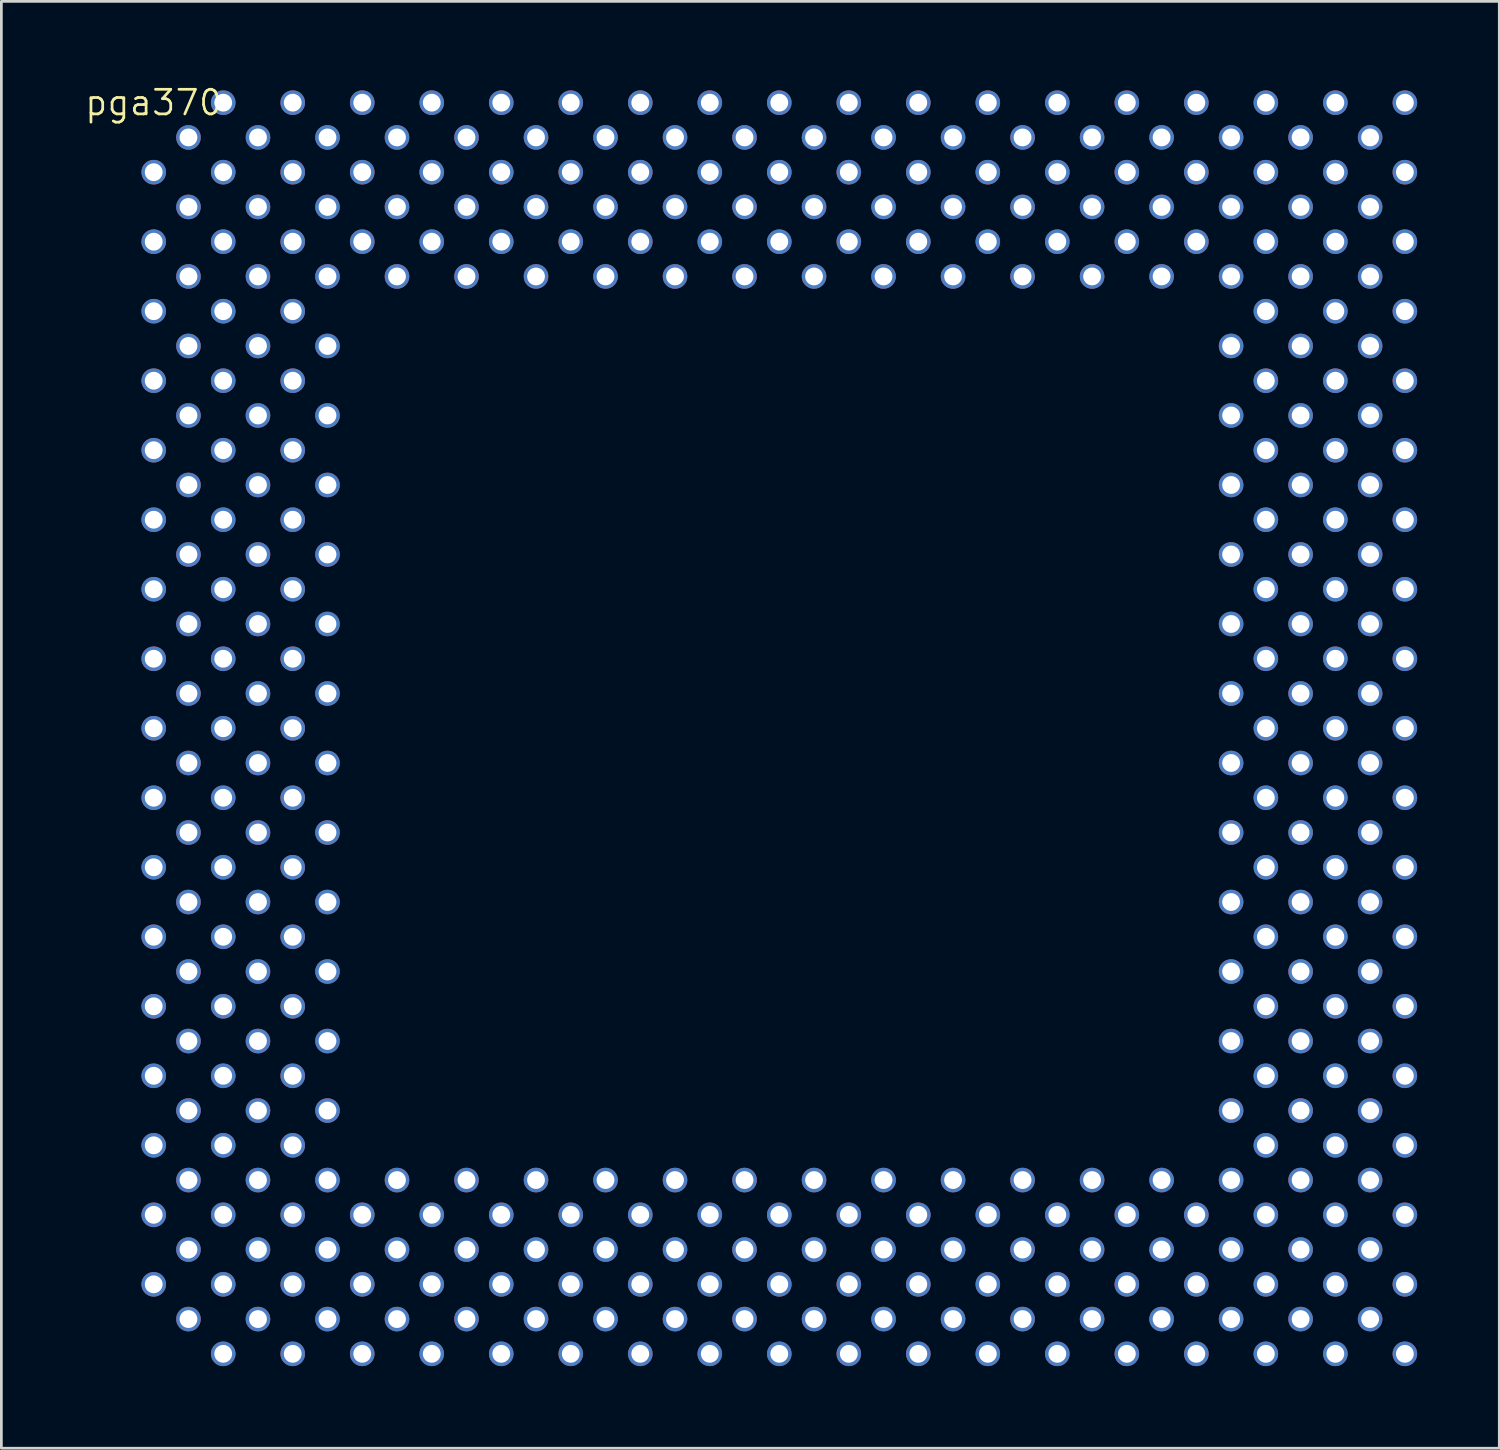
<source format=kicad_pcb>
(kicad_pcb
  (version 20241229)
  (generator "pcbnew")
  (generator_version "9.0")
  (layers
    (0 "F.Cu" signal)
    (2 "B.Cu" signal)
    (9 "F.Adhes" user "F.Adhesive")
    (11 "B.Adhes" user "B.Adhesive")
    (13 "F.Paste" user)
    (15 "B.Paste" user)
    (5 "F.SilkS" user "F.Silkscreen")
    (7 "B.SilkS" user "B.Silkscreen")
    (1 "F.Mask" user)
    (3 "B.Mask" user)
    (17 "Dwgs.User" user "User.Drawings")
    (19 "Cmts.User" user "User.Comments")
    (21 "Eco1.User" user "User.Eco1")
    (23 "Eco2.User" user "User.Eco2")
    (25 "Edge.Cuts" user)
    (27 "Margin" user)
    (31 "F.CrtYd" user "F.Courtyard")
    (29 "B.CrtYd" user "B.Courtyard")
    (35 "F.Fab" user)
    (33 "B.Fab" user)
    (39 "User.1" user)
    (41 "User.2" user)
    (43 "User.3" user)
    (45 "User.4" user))
  (footprint "pga370"
    (layer "F.Cu")
    (at 2.567 0.702)
    (property "Reference" "pga370" (at 0 0 0) (unlocked yes) (layer "F.SilkS") (effects (font (size 0.9 0.9) (thickness 0.1))))
    (attr through_hole)
    (pad "A3" thru_hole circle (at 8.89 3.81) (size 0.9 0.9) (drill 0.65) (layers "*.Cu" "*.Mask"))
    (pad "A4" thru_hole circle (at 13.97 6.35) (size 0.9 0.9) (drill 0.65) (layers "*.Cu" "*.Mask"))
    (pad "A5" thru_hole circle (at 8.89 6.35) (size 0.9 0.9) (drill 0.65) (layers "*.Cu" "*.Mask"))
    (pad "A6" thru_hole circle (at 10.16 0) (size 0.9 0.9) (drill 0.65) (layers "*.Cu" "*.Mask"))
    (pad "A7" thru_hole circle (at 17.78 2.54) (size 0.9 0.9) (drill 0.65) (layers "*.Cu" "*.Mask"))
    (pad "A8" thru_hole circle (at 11.43 6.35) (size 0.9 0.9) (drill 0.65) (layers "*.Cu" "*.Mask"))
    (pad "A9" thru_hole circle (at 10.16 2.54) (size 0.9 0.9) (drill 0.65) (layers "*.Cu" "*.Mask"))
    (pad "A10" thru_hole circle (at 6.35 6.35) (size 0.9 0.9) (drill 0.65) (layers "*.Cu" "*.Mask"))
    (pad "A11" thru_hole circle (at 11.43 3.81) (size 0.9 0.9) (drill 0.65) (layers "*.Cu" "*.Mask"))
    (pad "A12" thru_hole circle (at 5.08 0) (size 0.9 0.9) (drill 0.65) (layers "*.Cu" "*.Mask"))
    (pad "A13" thru_hole circle (at 7.62 2.54) (size 0.9 0.9) (drill 0.65) (layers "*.Cu" "*.Mask"))
    (pad "A14" thru_hole circle (at 16.51 3.81) (size 0.9 0.9) (drill 0.65) (layers "*.Cu" "*.Mask"))
    (pad "A15" thru_hole circle (at 5.08 2.54) (size 0.9 0.9) (drill 0.65) (layers "*.Cu" "*.Mask"))
    (pad "A16" thru_hole circle (at 7.62 0) (size 0.9 0.9) (drill 0.65) (layers "*.Cu" "*.Mask"))
    (pad "A17" thru_hole circle (at 0 10.16) (size 0.9 0.9) (drill 0.65) (layers "*.Cu" "*.Mask"))
    (pad "A18" thru_hole circle (at 6.35 16.51) (size 0.9 0.9) (drill 0.65) (layers "*.Cu" "*.Mask"))
    (pad "A19" thru_hole circle (at 2.54 7.62) (size 0.9 0.9) (drill 0.65) (layers "*.Cu" "*.Mask"))
    (pad "A20" thru_hole circle (at 2.54 12.7) (size 0.9 0.9) (drill 0.65) (layers "*.Cu" "*.Mask"))
    (pad "A20M" thru_hole circle (at 40.64 10.16) (size 0.9 0.9) (drill 0.65) (layers "*.Cu" "*.Mask"))
    (pad "A21" thru_hole circle (at 0 5.08) (size 0.9 0.9) (drill 0.65) (layers "*.Cu" "*.Mask"))
    (pad "A22" thru_hole circle (at 2.54 10.16) (size 0.9 0.9) (drill 0.65) (layers "*.Cu" "*.Mask"))
    (pad "A23" thru_hole circle (at 6.35 13.97) (size 0.9 0.9) (drill 0.65) (layers "*.Cu" "*.Mask"))
    (pad "A24" thru_hole circle (at 3.81 13.97) (size 0.9 0.9) (drill 0.65) (layers "*.Cu" "*.Mask"))
    (pad "A25" thru_hole circle (at 6.35 8.89) (size 0.9 0.9) (drill 0.65) (layers "*.Cu" "*.Mask"))
    (pad "A26" thru_hole circle (at 2.54 17.78) (size 0.9 0.9) (drill 0.65) (layers "*.Cu" "*.Mask"))
    (pad "A27" thru_hole circle (at 0 15.24) (size 0.9 0.9) (drill 0.65) (layers "*.Cu" "*.Mask"))
    (pad "A28" thru_hole circle (at 6.35 3.81) (size 0.9 0.9) (drill 0.65) (layers "*.Cu" "*.Mask"))
    (pad "A29" thru_hole circle (at 3.81 16.51) (size 0.9 0.9) (drill 0.65) (layers "*.Cu" "*.Mask"))
    (pad "A30" thru_hole circle (at 2.54 15.24) (size 0.9 0.9) (drill 0.65) (layers "*.Cu" "*.Mask"))
    (pad "A31" thru_hole circle (at 3.81 11.43) (size 0.9 0.9) (drill 0.65) (layers "*.Cu" "*.Mask"))
    (pad "A32" thru_hole circle (at 6.35 19.05) (size 0.9 0.9) (drill 0.65) (layers "*.Cu" "*.Mask"))
    (pad "A33" thru_hole circle (at 0 12.7) (size 0.9 0.9) (drill 0.65) (layers "*.Cu" "*.Mask"))
    (pad "A34" thru_hole circle (at 2.54 20.32) (size 0.9 0.9) (drill 0.65) (layers "*.Cu" "*.Mask"))
    (pad "A35" thru_hole circle (at 3.81 8.89) (size 0.9 0.9) (drill 0.65) (layers "*.Cu" "*.Mask"))
    (pad "ADS" thru_hole circle (at 38.1 0) (size 0.9 0.9) (drill 0.65) (layers "*.Cu" "*.Mask"))
    (pad "AERR" thru_hole circle (at 29.21 3.81) (size 0.9 0.9) (drill 0.65) (layers "*.Cu" "*.Mask"))
    (pad "AP0" thru_hole circle (at 12.7 2.54) (size 0.9 0.9) (drill 0.65) (layers "*.Cu" "*.Mask"))
    (pad "AP1" thru_hole circle (at 15.24 0) (size 0.9 0.9) (drill 0.65) (layers "*.Cu" "*.Mask"))
    (pad "BCLK" thru_hole circle (at 45.72 20.32) (size 0.9 0.9) (drill 0.65) (layers "*.Cu" "*.Mask"))
    (pad "BERR" thru_hole circle (at 3.81 21.59) (size 0.9 0.9) (drill 0.65) (layers "*.Cu" "*.Mask"))
    (pad "BINIT" thru_hole circle (at 44.45 44.45) (size 0.9 0.9) (drill 0.65) (layers "*.Cu" "*.Mask"))
    (pad "BNR" thru_hole circle (at 16.51 6.35) (size 0.9 0.9) (drill 0.65) (layers "*.Cu" "*.Mask"))
    (pad "BP2" thru_hole circle (at 40.64 38.1) (size 0.9 0.9) (drill 0.65) (layers "*.Cu" "*.Mask"))
    (pad "BP3" thru_hole circle (at 45.72 40.64) (size 0.9 0.9) (drill 0.65) (layers "*.Cu" "*.Mask"))
    (pad "BPM0" thru_hole circle (at 43.18 43.18) (size 0.9 0.9) (drill 0.65) (layers "*.Cu" "*.Mask"))
    (pad "BPM1" thru_hole circle (at 43.18 40.64) (size 0.9 0.9) (drill 0.65) (layers "*.Cu" "*.Mask"))
    (pad "BPRI" thru_hole circle (at 20.32 0) (size 0.9 0.9) (drill 0.65) (layers "*.Cu" "*.Mask"))
    (pad "BR0" thru_hole circle (at 35.56 0) (size 0.9 0.9) (drill 0.65) (layers "*.Cu" "*.Mask"))
    (pad "BR1" thru_hole circle (at 1.27 19.05) (size 0.9 0.9) (drill 0.65) (layers "*.Cu" "*.Mask"))
    (pad "BSEL0" thru_hole circle (at 40.64 5.08) (size 0.9 0.9) (drill 0.65) (layers "*.Cu" "*.Mask"))
    (pad "BSEL1" thru_hole circle (at 38.1 5.08) (size 0.9 0.9) (drill 0.65) (layers "*.Cu" "*.Mask"))
    (pad "CLKREF" thru_hole circle (at 40.64 17.78) (size 0.9 0.9) (drill 0.65) (layers "*.Cu" "*.Mask"))
    (pad "CPUPRES" thru_hole circle (at 45.72 43.18) (size 0.9 0.9) (drill 0.65) (layers "*.Cu" "*.Mask"))
    (pad "D0" thru_hole circle (at 0 20.32) (size 0.9 0.9) (drill 0.65) (layers "*.Cu" "*.Mask"))
    (pad "D1" thru_hole circle (at 3.81 24.13) (size 0.9 0.9) (drill 0.65) (layers "*.Cu" "*.Mask"))
    (pad "D2" thru_hole circle (at 0 30.48) (size 0.9 0.9) (drill 0.65) (layers "*.Cu" "*.Mask"))
    (pad "D3" thru_hole circle (at 6.35 31.75) (size 0.9 0.9) (drill 0.65) (layers "*.Cu" "*.Mask"))
    (pad "D4" thru_hole circle (at 0 22.86) (size 0.9 0.9) (drill 0.65) (layers "*.Cu" "*.Mask"))
    (pad "D5" thru_hole circle (at 2.54 25.4) (size 0.9 0.9) (drill 0.65) (layers "*.Cu" "*.Mask"))
    (pad "D6" thru_hole circle (at 6.35 24.13) (size 0.9 0.9) (drill 0.65) (layers "*.Cu" "*.Mask"))
    (pad "D7" thru_hole circle (at 0 35.56) (size 0.9 0.9) (drill 0.65) (layers "*.Cu" "*.Mask"))
    (pad "D8" thru_hole circle (at 0 25.4) (size 0.9 0.9) (drill 0.65) (layers "*.Cu" "*.Mask"))
    (pad "D9" thru_hole circle (at 6.35 29.21) (size 0.9 0.9) (drill 0.65) (layers "*.Cu" "*.Mask"))
    (pad "D10" thru_hole circle (at 2.54 27.94) (size 0.9 0.9) (drill 0.65) (layers "*.Cu" "*.Mask"))
    (pad "D11" thru_hole circle (at 3.81 31.75) (size 0.9 0.9) (drill 0.65) (layers "*.Cu" "*.Mask"))
    (pad "D12" thru_hole circle (at 0 27.94) (size 0.9 0.9) (drill 0.65) (layers "*.Cu" "*.Mask"))
    (pad "D13" thru_hole circle (at 0 33.02) (size 0.9 0.9) (drill 0.65) (layers "*.Cu" "*.Mask"))
    (pad "D14" thru_hole circle (at 2.54 30.48) (size 0.9 0.9) (drill 0.65) (layers "*.Cu" "*.Mask"))
    (pad "D15" thru_hole circle (at 2.54 22.86) (size 0.9 0.9) (drill 0.65) (layers "*.Cu" "*.Mask"))
    (pad "D16" thru_hole circle (at 3.81 36.83) (size 0.9 0.9) (drill 0.65) (layers "*.Cu" "*.Mask"))
    (pad "D17" thru_hole circle (at 3.81 26.67) (size 0.9 0.9) (drill 0.65) (layers "*.Cu" "*.Mask"))
    (pad "D18" thru_hole circle (at 3.81 29.21) (size 0.9 0.9) (drill 0.65) (layers "*.Cu" "*.Mask"))
    (pad "D19" thru_hole circle (at 6.35 36.83) (size 0.9 0.9) (drill 0.65) (layers "*.Cu" "*.Mask"))
    (pad "D20" thru_hole circle (at 2.54 33.02) (size 0.9 0.9) (drill 0.65) (layers "*.Cu" "*.Mask"))
    (pad "D21" thru_hole circle (at 0 38.1) (size 0.9 0.9) (drill 0.65) (layers "*.Cu" "*.Mask"))
    (pad "D22" thru_hole circle (at 8.89 39.37) (size 0.9 0.9) (drill 0.65) (layers "*.Cu" "*.Mask"))
    (pad "D23" thru_hole circle (at 2.54 38.1) (size 0.9 0.9) (drill 0.65) (layers "*.Cu" "*.Mask"))
    (pad "D24" thru_hole circle (at 6.35 34.29) (size 0.9 0.9) (drill 0.65) (layers "*.Cu" "*.Mask"))
    (pad "D25" thru_hole circle (at 2.54 40.64) (size 0.9 0.9) (drill 0.65) (layers "*.Cu" "*.Mask"))
    (pad "D26" thru_hole circle (at 0 40.64) (size 0.9 0.9) (drill 0.65) (layers "*.Cu" "*.Mask"))
    (pad "D27" thru_hole circle (at 13.97 39.37) (size 0.9 0.9) (drill 0.65) (layers "*.Cu" "*.Mask"))
    (pad "D28" thru_hole circle (at 5.08 45.72) (size 0.9 0.9) (drill 0.65) (layers "*.Cu" "*.Mask"))
    (pad "D29" thru_hole circle (at 2.54 45.72) (size 0.9 0.9) (drill 0.65) (layers "*.Cu" "*.Mask"))
    (pad "D30" thru_hole circle (at 2.54 35.56) (size 0.9 0.9) (drill 0.65) (layers "*.Cu" "*.Mask"))
    (pad "D31" thru_hole circle (at 5.08 43.18) (size 0.9 0.9) (drill 0.65) (layers "*.Cu" "*.Mask"))
    (pad "D32" thru_hole circle (at 6.35 39.37) (size 0.9 0.9) (drill 0.65) (layers "*.Cu" "*.Mask"))
    (pad "D33" thru_hole circle (at 0 43.18) (size 0.9 0.9) (drill 0.65) (layers "*.Cu" "*.Mask"))
    (pad "D34" thru_hole circle (at 7.62 43.18) (size 0.9 0.9) (drill 0.65) (layers "*.Cu" "*.Mask"))
    (pad "D35" thru_hole circle (at 1.27 44.45) (size 0.9 0.9) (drill 0.65) (layers "*.Cu" "*.Mask"))
    (pad "D36" thru_hole circle (at 10.16 43.18) (size 0.9 0.9) (drill 0.65) (layers "*.Cu" "*.Mask"))
    (pad "D37" thru_hole circle (at 10.16 45.72) (size 0.9 0.9) (drill 0.65) (layers "*.Cu" "*.Mask"))
    (pad "D38" thru_hole circle (at 8.89 41.91) (size 0.9 0.9) (drill 0.65) (layers "*.Cu" "*.Mask"))
    (pad "D39" thru_hole circle (at 11.43 41.91) (size 0.9 0.9) (drill 0.65) (layers "*.Cu" "*.Mask"))
    (pad "D40" thru_hole circle (at 17.78 43.18) (size 0.9 0.9) (drill 0.65) (layers "*.Cu" "*.Mask"))
    (pad "D41" thru_hole circle (at 16.51 41.91) (size 0.9 0.9) (drill 0.65) (layers "*.Cu" "*.Mask"))
    (pad "D42" thru_hole circle (at 13.97 41.91) (size 0.9 0.9) (drill 0.65) (layers "*.Cu" "*.Mask"))
    (pad "D43" thru_hole circle (at 7.62 45.72) (size 0.9 0.9) (drill 0.65) (layers "*.Cu" "*.Mask"))
    (pad "D44" thru_hole circle (at 12.7 45.72) (size 0.9 0.9) (drill 0.65) (layers "*.Cu" "*.Mask"))
    (pad "D45" thru_hole circle (at 12.7 43.18) (size 0.9 0.9) (drill 0.65) (layers "*.Cu" "*.Mask"))
    (pad "D46" thru_hole circle (at 25.4 45.72) (size 0.9 0.9) (drill 0.65) (layers "*.Cu" "*.Mask"))
    (pad "D47" thru_hole circle (at 17.78 45.72) (size 0.9 0.9) (drill 0.65) (layers "*.Cu" "*.Mask"))
    (pad "D48" thru_hole circle (at 20.32 45.72) (size 0.9 0.9) (drill 0.65) (layers "*.Cu" "*.Mask"))
    (pad "D49" thru_hole circle (at 15.24 43.18) (size 0.9 0.9) (drill 0.65) (layers "*.Cu" "*.Mask"))
    (pad "D50" thru_hole circle (at 30.48 43.18) (size 0.9 0.9) (drill 0.65) (layers "*.Cu" "*.Mask"))
    (pad "D51" thru_hole circle (at 15.24 45.72) (size 0.9 0.9) (drill 0.65) (layers "*.Cu" "*.Mask"))
    (pad "D52" thru_hole circle (at 19.05 41.91) (size 0.9 0.9) (drill 0.65) (layers "*.Cu" "*.Mask"))
    (pad "D53" thru_hole circle (at 27.94 45.72) (size 0.9 0.9) (drill 0.65) (layers "*.Cu" "*.Mask"))
    (pad "D54" thru_hole circle (at 25.4 43.18) (size 0.9 0.9) (drill 0.65) (layers "*.Cu" "*.Mask"))
    (pad "D55" thru_hole circle (at 22.86 43.18) (size 0.9 0.9) (drill 0.65) (layers "*.Cu" "*.Mask"))
    (pad "D56" thru_hole circle (at 33.02 43.18) (size 0.9 0.9) (drill 0.65) (layers "*.Cu" "*.Mask"))
    (pad "D57" thru_hole circle (at 22.86 45.72) (size 0.9 0.9) (drill 0.65) (layers "*.Cu" "*.Mask"))
    (pad "D58" thru_hole circle (at 27.94 43.18) (size 0.9 0.9) (drill 0.65) (layers "*.Cu" "*.Mask"))
    (pad "D59" thru_hole circle (at 20.32 43.18) (size 0.9 0.9) (drill 0.65) (layers "*.Cu" "*.Mask"))
    (pad "D60" thru_hole circle (at 30.48 45.72) (size 0.9 0.9) (drill 0.65) (layers "*.Cu" "*.Mask"))
    (pad "D61" thru_hole circle (at 33.02 45.72) (size 0.9 0.9) (drill 0.65) (layers "*.Cu" "*.Mask"))
    (pad "D62" thru_hole circle (at 30.48 40.64) (size 0.9 0.9) (drill 0.65) (layers "*.Cu" "*.Mask"))
    (pad "D63" thru_hole circle (at 19.05 39.37) (size 0.9 0.9) (drill 0.65) (layers "*.Cu" "*.Mask"))
    (pad "DBSY" thru_hole circle (at 33.02 2.54) (size 0.9 0.9) (drill 0.65) (layers "*.Cu" "*.Mask"))
    (pad "DEFER" thru_hole circle (at 22.86 0) (size 0.9 0.9) (drill 0.65) (layers "*.Cu" "*.Mask"))
    (pad "DEP0" thru_hole circle (at 40.64 43.18) (size 0.9 0.9) (drill 0.65) (layers "*.Cu" "*.Mask"))
    (pad "DEP1" thru_hole circle (at 38.1 43.18) (size 0.9 0.9) (drill 0.65) (layers "*.Cu" "*.Mask"))
    (pad "DEP2" thru_hole circle (at 40.64 45.72) (size 0.9 0.9) (drill 0.65) (layers "*.Cu" "*.Mask"))
    (pad "DEP3" thru_hole circle (at 38.1 45.72) (size 0.9 0.9) (drill 0.65) (layers "*.Cu" "*.Mask"))
    (pad "DEP4" thru_hole circle (at 38.1 40.64) (size 0.9 0.9) (drill 0.65) (layers "*.Cu" "*.Mask"))
    (pad "DEP5" thru_hole circle (at 35.56 43.18) (size 0.9 0.9) (drill 0.65) (layers "*.Cu" "*.Mask"))
    (pad "DEP6" thru_hole circle (at 35.56 40.64) (size 0.9 0.9) (drill 0.65) (layers "*.Cu" "*.Mask"))
    (pad "DEP7" thru_hole circle (at 35.56 45.72) (size 0.9 0.9) (drill 0.65) (layers "*.Cu" "*.Mask"))
    (pad "DRDY" thru_hole circle (at 33.02 0) (size 0.9 0.9) (drill 0.65) (layers "*.Cu" "*.Mask"))
    (pad "EDGCTRL" thru_hole circle (at 0 7.62) (size 0.9 0.9) (drill 0.65) (layers "*.Cu" "*.Mask"))
    (pad "FERR" thru_hole circle (at 43.18 12.7) (size 0.9 0.9) (drill 0.65) (layers "*.Cu" "*.Mask"))
    (pad "FLUSH" thru_hole circle (at 45.72 10.16) (size 0.9 0.9) (drill 0.65) (layers "*.Cu" "*.Mask"))
    (pad "HIT" thru_hole circle (at 30.48 2.54) (size 0.9 0.9) (drill 0.65) (layers "*.Cu" "*.Mask"))
    (pad "HITM" thru_hole circle (at 27.94 2.54) (size 0.9 0.9) (drill 0.65) (layers "*.Cu" "*.Mask"))
    (pad "IERR" thru_hole circle (at 43.18 10.16) (size 0.9 0.9) (drill 0.65) (layers "*.Cu" "*.Mask"))
    (pad "IGNNE" thru_hole circle (at 45.72 7.62) (size 0.9 0.9) (drill 0.65) (layers "*.Cu" "*.Mask"))
    (pad "INIT" thru_hole circle (at 40.64 7.62) (size 0.9 0.9) (drill 0.65) (layers "*.Cu" "*.Mask"))
    (pad "LINT0" thru_hole circle (at 44.45 31.75) (size 0.9 0.9) (drill 0.65) (layers "*.Cu" "*.Mask"))
    (pad "LINT1" thru_hole circle (at 45.72 33.02) (size 0.9 0.9) (drill 0.65) (layers "*.Cu" "*.Mask"))
    (pad "LOCK" thru_hole circle (at 24.13 3.81) (size 0.9 0.9) (drill 0.65) (layers "*.Cu" "*.Mask"))
    (pad "PICCLK" thru_hole circle (at 40.64 35.56) (size 0.9 0.9) (drill 0.65) (layers "*.Cu" "*.Mask"))
    (pad "PICD0" thru_hole circle (at 43.18 35.56) (size 0.9 0.9) (drill 0.65) (layers "*.Cu" "*.Mask"))
    (pad "PICD1" thru_hole circle (at 43.18 33.02) (size 0.9 0.9) (drill 0.65) (layers "*.Cu" "*.Mask"))
    (pad "PLL1" thru_hole circle (at 40.64 20.32) (size 0.9 0.9) (drill 0.65) (layers "*.Cu" "*.Mask"))
    (pad "PLL2" thru_hole circle (at 40.64 22.86) (size 0.9 0.9) (drill 0.65) (layers "*.Cu" "*.Mask"))
    (pad "PRDY" thru_hole circle (at 43.18 45.72) (size 0.9 0.9) (drill 0.65) (layers "*.Cu" "*.Mask"))
    (pad "PREQ" thru_hole circle (at 45.72 35.56) (size 0.9 0.9) (drill 0.65) (layers "*.Cu" "*.Mask"))
    (pad "PWRGD" thru_hole circle (at 31.75 3.81) (size 0.9 0.9) (drill 0.65) (layers "*.Cu" "*.Mask"))
    (pad "REQ0" thru_hole circle (at 21.59 3.81) (size 0.9 0.9) (drill 0.65) (layers "*.Cu" "*.Mask"))
    (pad "REQ1" thru_hole circle (at 19.05 6.35) (size 0.9 0.9) (drill 0.65) (layers "*.Cu" "*.Mask"))
    (pad "REQ2" thru_hole circle (at 21.59 6.35) (size 0.9 0.9) (drill 0.65) (layers "*.Cu" "*.Mask"))
    (pad "REQ3" thru_hole circle (at 22.86 2.54) (size 0.9 0.9) (drill 0.65) (layers "*.Cu" "*.Mask"))
    (pad "REQ4" thru_hole circle (at 20.32 2.54) (size 0.9 0.9) (drill 0.65) (layers "*.Cu" "*.Mask"))
    (pad "RESET" thru_hole circle (at 3.81 6.35) (size 0.9 0.9) (drill 0.65) (layers "*.Cu" "*.Mask"))
    (pad "RESET2" thru_hole circle (at 3.81 19.05) (size 0.9 0.9) (drill 0.65) (layers "*.Cu" "*.Mask"))
    (pad "RP" thru_hole circle (at 27.94 0) (size 0.9 0.9) (drill 0.65) (layers "*.Cu" "*.Mask"))
    (pad "RS0" thru_hole circle (at 31.75 6.35) (size 0.9 0.9) (drill 0.65) (layers "*.Cu" "*.Mask"))
    (pad "RS1" thru_hole circle (at 26.67 6.35) (size 0.9 0.9) (drill 0.65) (layers "*.Cu" "*.Mask"))
    (pad "RS2" thru_hole circle (at 34.29 3.81) (size 0.9 0.9) (drill 0.65) (layers "*.Cu" "*.Mask"))
    (pad "RSP" thru_hole circle (at 45.72 12.7) (size 0.9 0.9) (drill 0.65) (layers "*.Cu" "*.Mask"))
    (pad "RSV" thru_hole circle (at 0 17.78) (size 0.9 0.9) (drill 0.65) (layers "*.Cu" "*.Mask"))
    (pad "RSV" thru_hole circle (at 1.27 1.27) (size 0.9 0.9) (drill 0.65) (layers "*.Cu" "*.Mask"))
    (pad "RSV" thru_hole circle (at 1.27 26.67) (size 0.9 0.9) (drill 0.65) (layers "*.Cu" "*.Mask"))
    (pad "RSV" thru_hole circle (at 11.43 39.37) (size 0.9 0.9) (drill 0.65) (layers "*.Cu" "*.Mask"))
    (pad "RSV" thru_hole circle (at 25.4 40.64) (size 0.9 0.9) (drill 0.65) (layers "*.Cu" "*.Mask"))
    (pad "RSV" thru_hole circle (at 36.83 3.81) (size 0.9 0.9) (drill 0.65) (layers "*.Cu" "*.Mask"))
    (pad "RSV" thru_hole circle (at 40.64 27.94) (size 0.9 0.9) (drill 0.65) (layers "*.Cu" "*.Mask"))
    (pad "RSV" thru_hole circle (at 40.64 30.48) (size 0.9 0.9) (drill 0.65) (layers "*.Cu" "*.Mask"))
    (pad "RSV" thru_hole circle (at 40.64 33.02) (size 0.9 0.9) (drill 0.65) (layers "*.Cu" "*.Mask"))
    (pad "RSV" thru_hole circle (at 41.91 19.05) (size 0.9 0.9) (drill 0.65) (layers "*.Cu" "*.Mask"))
    (pad "RSV" thru_hole circle (at 43.18 20.32) (size 0.9 0.9) (drill 0.65) (layers "*.Cu" "*.Mask"))
    (pad "RSV" thru_hole circle (at 43.18 27.94) (size 0.9 0.9) (drill 0.65) (layers "*.Cu" "*.Mask"))
    (pad "RSV" thru_hole circle (at 43.18 30.48) (size 0.9 0.9) (drill 0.65) (layers "*.Cu" "*.Mask"))
    (pad "RSV" thru_hole circle (at 45.72 27.94) (size 0.9 0.9) (drill 0.65) (layers "*.Cu" "*.Mask"))
    (pad "RSV" thru_hole circle (at 45.72 30.48) (size 0.9 0.9) (drill 0.65) (layers "*.Cu" "*.Mask"))
    (pad "RSV" thru_hole circle (at 45.72 38.1) (size 0.9 0.9) (drill 0.65) (layers "*.Cu" "*.Mask"))
    (pad "RTTCTRL" thru_hole circle (at 43.18 25.4) (size 0.9 0.9) (drill 0.65) (layers "*.Cu" "*.Mask"))
    (pad "SLEWCTRL" thru_hole circle (at 33.02 40.64) (size 0.9 0.9) (drill 0.65) (layers "*.Cu" "*.Mask"))
    (pad "SLP" thru_hole circle (at 36.83 6.35) (size 0.9 0.9) (drill 0.65) (layers "*.Cu" "*.Mask"))
    (pad "SMI" thru_hole circle (at 43.18 5.08) (size 0.9 0.9) (drill 0.65) (layers "*.Cu" "*.Mask"))
    (pad "STPCLK" thru_hole circle (at 43.18 7.62) (size 0.9 0.9) (drill 0.65) (layers "*.Cu" "*.Mask"))
    (pad "TCK" thru_hole circle (at 40.64 2.54) (size 0.9 0.9) (drill 0.65) (layers "*.Cu" "*.Mask"))
    (pad "TDI" thru_hole circle (at 43.18 0) (size 0.9 0.9) (drill 0.65) (layers "*.Cu" "*.Mask"))
    (pad "TDO" thru_hole circle (at 45.72 0) (size 0.9 0.9) (drill 0.65) (layers "*.Cu" "*.Mask"))
    (pad "THERMDN" thru_hole circle (at 35.56 2.54) (size 0.9 0.9) (drill 0.65) (layers "*.Cu" "*.Mask"))
    (pad "THERMDP" thru_hole circle (at 38.1 2.54) (size 0.9 0.9) (drill 0.65) (layers "*.Cu" "*.Mask"))
    (pad "THERMTRIP" thru_hole circle (at 34.29 6.35) (size 0.9 0.9) (drill 0.65) (layers "*.Cu" "*.Mask"))
    (pad "TMS" thru_hole circle (at 39.37 3.81) (size 0.9 0.9) (drill 0.65) (layers "*.Cu" "*.Mask"))
    (pad "TRDY" thru_hole circle (at 30.48 0) (size 0.9 0.9) (drill 0.65) (layers "*.Cu" "*.Mask"))
    (pad "TRST" thru_hole circle (at 40.64 0) (size 0.9 0.9) (drill 0.65) (layers "*.Cu" "*.Mask"))
    (pad "VCC" thru_hole circle (at 1.27 3.81) (size 0.9 0.9) (drill 0.65) (layers "*.Cu" "*.Mask"))
    (pad "VCC" thru_hole circle (at 1.27 8.89) (size 0.9 0.9) (drill 0.65) (layers "*.Cu" "*.Mask"))
    (pad "VCC" thru_hole circle (at 1.27 13.97) (size 0.9 0.9) (drill 0.65) (layers "*.Cu" "*.Mask"))
    (pad "VCC" thru_hole circle (at 1.27 24.13) (size 0.9 0.9) (drill 0.65) (layers "*.Cu" "*.Mask"))
    (pad "VCC" thru_hole circle (at 1.27 29.21) (size 0.9 0.9) (drill 0.65) (layers "*.Cu" "*.Mask"))
    (pad "VCC" thru_hole circle (at 1.27 34.29) (size 0.9 0.9) (drill 0.65) (layers "*.Cu" "*.Mask"))
    (pad "VCC" thru_hole circle (at 1.27 39.37) (size 0.9 0.9) (drill 0.65) (layers "*.Cu" "*.Mask"))
    (pad "VCC" thru_hole circle (at 2.54 43.18) (size 0.9 0.9) (drill 0.65) (layers "*.Cu" "*.Mask"))
    (pad "VCC" thru_hole circle (at 3.81 1.27) (size 0.9 0.9) (drill 0.65) (layers "*.Cu" "*.Mask"))
    (pad "VCC" thru_hole circle (at 3.81 39.37) (size 0.9 0.9) (drill 0.65) (layers "*.Cu" "*.Mask"))
    (pad "VCC" thru_hole circle (at 5.08 5.08) (size 0.9 0.9) (drill 0.65) (layers "*.Cu" "*.Mask"))
    (pad "VCC" thru_hole circle (at 5.08 10.16) (size 0.9 0.9) (drill 0.65) (layers "*.Cu" "*.Mask"))
    (pad "VCC" thru_hole circle (at 5.08 15.24) (size 0.9 0.9) (drill 0.65) (layers "*.Cu" "*.Mask"))
    (pad "VCC" thru_hole circle (at 5.08 20.32) (size 0.9 0.9) (drill 0.65) (layers "*.Cu" "*.Mask"))
    (pad "VCC" thru_hole circle (at 5.08 25.4) (size 0.9 0.9) (drill 0.65) (layers "*.Cu" "*.Mask"))
    (pad "VCC" thru_hole circle (at 5.08 30.48) (size 0.9 0.9) (drill 0.65) (layers "*.Cu" "*.Mask"))
    (pad "VCC" thru_hole circle (at 5.08 35.56) (size 0.9 0.9) (drill 0.65) (layers "*.Cu" "*.Mask"))
    (pad "VCC" thru_hole circle (at 5.08 40.64) (size 0.9 0.9) (drill 0.65) (layers "*.Cu" "*.Mask"))
    (pad "VCC" thru_hole circle (at 6.35 41.91) (size 0.9 0.9) (drill 0.65) (layers "*.Cu" "*.Mask"))
    (pad "VCC" thru_hole circle (at 6.35 44.45) (size 0.9 0.9) (drill 0.65) (layers "*.Cu" "*.Mask"))
    (pad "VCC" thru_hole circle (at 8.89 1.27) (size 0.9 0.9) (drill 0.65) (layers "*.Cu" "*.Mask"))
    (pad "VCC" thru_hole circle (at 10.16 5.08) (size 0.9 0.9) (drill 0.65) (layers "*.Cu" "*.Mask"))
    (pad "VCC" thru_hole circle (at 10.16 40.64) (size 0.9 0.9) (drill 0.65) (layers "*.Cu" "*.Mask"))
    (pad "VCC" thru_hole circle (at 11.43 44.45) (size 0.9 0.9) (drill 0.65) (layers "*.Cu" "*.Mask"))
    (pad "VCC" thru_hole circle (at 13.97 1.27) (size 0.9 0.9) (drill 0.65) (layers "*.Cu" "*.Mask"))
    (pad "VCC" thru_hole circle (at 15.24 5.08) (size 0.9 0.9) (drill 0.65) (layers "*.Cu" "*.Mask"))
    (pad "VCC" thru_hole circle (at 15.24 40.64) (size 0.9 0.9) (drill 0.65) (layers "*.Cu" "*.Mask"))
    (pad "VCC" thru_hole circle (at 16.51 39.37) (size 0.9 0.9) (drill 0.65) (layers "*.Cu" "*.Mask"))
    (pad "VCC" thru_hole circle (at 16.51 44.45) (size 0.9 0.9) (drill 0.65) (layers "*.Cu" "*.Mask"))
    (pad "VCC" thru_hole circle (at 19.05 1.27) (size 0.9 0.9) (drill 0.65) (layers "*.Cu" "*.Mask"))
    (pad "VCC" thru_hole circle (at 20.32 5.08) (size 0.9 0.9) (drill 0.65) (layers "*.Cu" "*.Mask"))
    (pad "VCC" thru_hole circle (at 20.32 40.64) (size 0.9 0.9) (drill 0.65) (layers "*.Cu" "*.Mask"))
    (pad "VCC" thru_hole circle (at 21.59 44.45) (size 0.9 0.9) (drill 0.65) (layers "*.Cu" "*.Mask"))
    (pad "VCC" thru_hole circle (at 24.13 1.27) (size 0.9 0.9) (drill 0.65) (layers "*.Cu" "*.Mask"))
    (pad "VCC" thru_hole circle (at 24.13 41.91) (size 0.9 0.9) (drill 0.65) (layers "*.Cu" "*.Mask"))
    (pad "VCC" thru_hole circle (at 25.4 5.08) (size 0.9 0.9) (drill 0.65) (layers "*.Cu" "*.Mask"))
    (pad "VCC" thru_hole circle (at 26.67 39.37) (size 0.9 0.9) (drill 0.65) (layers "*.Cu" "*.Mask"))
    (pad "VCC" thru_hole circle (at 26.67 44.45) (size 0.9 0.9) (drill 0.65) (layers "*.Cu" "*.Mask"))
    (pad "VCC" thru_hole circle (at 29.21 1.27) (size 0.9 0.9) (drill 0.65) (layers "*.Cu" "*.Mask"))
    (pad "VCC" thru_hole circle (at 29.21 6.35) (size 0.9 0.9) (drill 0.65) (layers "*.Cu" "*.Mask"))
    (pad "VCC" thru_hole circle (at 29.21 41.91) (size 0.9 0.9) (drill 0.65) (layers "*.Cu" "*.Mask"))
    (pad "VCC" thru_hole circle (at 30.48 5.08) (size 0.9 0.9) (drill 0.65) (layers "*.Cu" "*.Mask"))
    (pad "VCC" thru_hole circle (at 31.75 39.37) (size 0.9 0.9) (drill 0.65) (layers "*.Cu" "*.Mask"))
    (pad "VCC" thru_hole circle (at 31.75 44.45) (size 0.9 0.9) (drill 0.65) (layers "*.Cu" "*.Mask"))
    (pad "VCC" thru_hole circle (at 34.29 1.27) (size 0.9 0.9) (drill 0.65) (layers "*.Cu" "*.Mask"))
    (pad "VCC" thru_hole circle (at 34.29 41.91) (size 0.9 0.9) (drill 0.65) (layers "*.Cu" "*.Mask"))
    (pad "VCC" thru_hole circle (at 35.56 5.08) (size 0.9 0.9) (drill 0.65) (layers "*.Cu" "*.Mask"))
    (pad "VCC" thru_hole circle (at 36.83 39.37) (size 0.9 0.9) (drill 0.65) (layers "*.Cu" "*.Mask"))
    (pad "VCC" thru_hole circle (at 36.83 44.45) (size 0.9 0.9) (drill 0.65) (layers "*.Cu" "*.Mask"))
    (pad "VCC" thru_hole circle (at 39.37 1.27) (size 0.9 0.9) (drill 0.65) (layers "*.Cu" "*.Mask"))
    (pad "VCC" thru_hole circle (at 39.37 6.35) (size 0.9 0.9) (drill 0.65) (layers "*.Cu" "*.Mask"))
    (pad "VCC" thru_hole circle (at 39.37 11.43) (size 0.9 0.9) (drill 0.65) (layers "*.Cu" "*.Mask"))
    (pad "VCC" thru_hole circle (at 39.37 16.51) (size 0.9 0.9) (drill 0.65) (layers "*.Cu" "*.Mask"))
    (pad "VCC" thru_hole circle (at 39.37 21.59) (size 0.9 0.9) (drill 0.65) (layers "*.Cu" "*.Mask"))
    (pad "VCC" thru_hole circle (at 39.37 26.67) (size 0.9 0.9) (drill 0.65) (layers "*.Cu" "*.Mask"))
    (pad "VCC" thru_hole circle (at 39.37 31.75) (size 0.9 0.9) (drill 0.65) (layers "*.Cu" "*.Mask"))
    (pad "VCC" thru_hole circle (at 39.37 34.29) (size 0.9 0.9) (drill 0.65) (layers "*.Cu" "*.Mask"))
    (pad "VCC" thru_hole circle (at 39.37 36.83) (size 0.9 0.9) (drill 0.65) (layers "*.Cu" "*.Mask"))
    (pad "VCC" thru_hole circle (at 39.37 41.91) (size 0.9 0.9) (drill 0.65) (layers "*.Cu" "*.Mask"))
    (pad "VCC" thru_hole circle (at 41.91 3.81) (size 0.9 0.9) (drill 0.65) (layers "*.Cu" "*.Mask"))
    (pad "VCC" thru_hole circle (at 41.91 8.89) (size 0.9 0.9) (drill 0.65) (layers "*.Cu" "*.Mask"))
    (pad "VCC" thru_hole circle (at 41.91 13.97) (size 0.9 0.9) (drill 0.65) (layers "*.Cu" "*.Mask"))
    (pad "VCC" thru_hole circle (at 41.91 24.13) (size 0.9 0.9) (drill 0.65) (layers "*.Cu" "*.Mask"))
    (pad "VCC" thru_hole circle (at 41.91 29.21) (size 0.9 0.9) (drill 0.65) (layers "*.Cu" "*.Mask"))
    (pad "VCC" thru_hole circle (at 41.91 34.29) (size 0.9 0.9) (drill 0.65) (layers "*.Cu" "*.Mask"))
    (pad "VCC" thru_hole circle (at 41.91 39.37) (size 0.9 0.9) (drill 0.65) (layers "*.Cu" "*.Mask"))
    (pad "VCC" thru_hole circle (at 41.91 44.45) (size 0.9 0.9) (drill 0.65) (layers "*.Cu" "*.Mask"))
    (pad "VCC" thru_hole circle (at 43.18 17.78) (size 0.9 0.9) (drill 0.65) (layers "*.Cu" "*.Mask"))
    (pad "VCC" thru_hole circle (at 44.45 6.35) (size 0.9 0.9) (drill 0.65) (layers "*.Cu" "*.Mask"))
    (pad "VCC" thru_hole circle (at 44.45 21.59) (size 0.9 0.9) (drill 0.65) (layers "*.Cu" "*.Mask"))
    (pad "VCC" thru_hole circle (at 44.45 26.67) (size 0.9 0.9) (drill 0.65) (layers "*.Cu" "*.Mask"))
    (pad "VCC" thru_hole circle (at 44.45 36.83) (size 0.9 0.9) (drill 0.65) (layers "*.Cu" "*.Mask"))
    (pad "VCC" thru_hole circle (at 44.45 41.91) (size 0.9 0.9) (drill 0.65) (layers "*.Cu" "*.Mask"))
    (pad "VCC" thru_hole circle (at 45.72 15.24) (size 0.9 0.9) (drill 0.65) (layers "*.Cu" "*.Mask"))
    (pad "VCC1.5" thru_hole circle (at 44.45 11.43) (size 0.9 0.9) (drill 0.65) (layers "*.Cu" "*.Mask"))
    (pad "VCC2.5" thru_hole circle (at 44.45 16.51) (size 0.9 0.9) (drill 0.65) (layers "*.Cu" "*.Mask"))
    (pad "VCCCMOS" thru_hole circle (at 44.45 13.97) (size 0.9 0.9) (drill 0.65) (layers "*.Cu" "*.Mask"))
    (pad "VID0" thru_hole circle (at 43.18 2.54) (size 0.9 0.9) (drill 0.65) (layers "*.Cu" "*.Mask"))
    (pad "VID1" thru_hole circle (at 44.45 1.27) (size 0.9 0.9) (drill 0.65) (layers "*.Cu" "*.Mask"))
    (pad "VID2" thru_hole circle (at 45.72 2.54) (size 0.9 0.9) (drill 0.65) (layers "*.Cu" "*.Mask"))
    (pad "VID3" thru_hole circle (at 45.72 5.08) (size 0.9 0.9) (drill 0.65) (layers "*.Cu" "*.Mask"))
    (pad "VREF0" thru_hole circle (at 40.64 40.64) (size 0.9 0.9) (drill 0.65) (layers "*.Cu" "*.Mask"))
    (pad "VREF1" thru_hole circle (at 21.59 39.37) (size 0.9 0.9) (drill 0.65) (layers "*.Cu" "*.Mask"))
    (pad "VREF2" thru_hole circle (at 3.81 34.29) (size 0.9 0.9) (drill 0.65) (layers "*.Cu" "*.Mask"))
    (pad "VREF3" thru_hole circle (at 6.35 26.67) (size 0.9 0.9) (drill 0.65) (layers "*.Cu" "*.Mask"))
    (pad "VREF4" thru_hole circle (at 6.35 21.59) (size 0.9 0.9) (drill 0.65) (layers "*.Cu" "*.Mask"))
    (pad "VREF5" thru_hole circle (at 6.35 11.43) (size 0.9 0.9) (drill 0.65) (layers "*.Cu" "*.Mask"))
    (pad "VREF6" thru_hole circle (at 13.97 3.81) (size 0.9 0.9) (drill 0.65) (layers "*.Cu" "*.Mask"))
    (pad "VREF7" thru_hole circle (at 26.67 3.81) (size 0.9 0.9) (drill 0.65) (layers "*.Cu" "*.Mask"))
    (pad "VSS" thru_hole circle (at 0 2.54) (size 0.9 0.9) (drill 0.65) (layers "*.Cu" "*.Mask"))
    (pad "VSS" thru_hole circle (at 1.27 6.35) (size 0.9 0.9) (drill 0.65) (layers "*.Cu" "*.Mask"))
    (pad "VSS" thru_hole circle (at 1.27 11.43) (size 0.9 0.9) (drill 0.65) (layers "*.Cu" "*.Mask"))
    (pad "VSS" thru_hole circle (at 1.27 16.51) (size 0.9 0.9) (drill 0.65) (layers "*.Cu" "*.Mask"))
    (pad "VSS" thru_hole circle (at 1.27 21.59) (size 0.9 0.9) (drill 0.65) (layers "*.Cu" "*.Mask"))
    (pad "VSS" thru_hole circle (at 1.27 31.75) (size 0.9 0.9) (drill 0.65) (layers "*.Cu" "*.Mask"))
    (pad "VSS" thru_hole circle (at 1.27 36.83) (size 0.9 0.9) (drill 0.65) (layers "*.Cu" "*.Mask"))
    (pad "VSS" thru_hole circle (at 1.27 41.91) (size 0.9 0.9) (drill 0.65) (layers "*.Cu" "*.Mask"))
    (pad "VSS" thru_hole circle (at 2.54 0) (size 0.9 0.9) (drill 0.65) (layers "*.Cu" "*.Mask" "B.Adhes"))
    (pad "VSS" thru_hole circle (at 2.54 2.54) (size 0.9 0.9) (drill 0.65) (layers "*.Cu" "*.Mask"))
    (pad "VSS" thru_hole circle (at 2.54 5.08) (size 0.9 0.9) (drill 0.65) (layers "*.Cu" "*.Mask"))
    (pad "VSS" thru_hole circle (at 3.81 3.81) (size 0.9 0.9) (drill 0.65) (layers "*.Cu" "*.Mask"))
    (pad "VSS" thru_hole circle (at 3.81 41.91) (size 0.9 0.9) (drill 0.65) (layers "*.Cu" "*.Mask"))
    (pad "VSS" thru_hole circle (at 3.81 44.45) (size 0.9 0.9) (drill 0.65) (layers "*.Cu" "*.Mask"))
    (pad "VSS" thru_hole circle (at 5.08 7.62) (size 0.9 0.9) (drill 0.65) (layers "*.Cu" "*.Mask"))
    (pad "VSS" thru_hole circle (at 5.08 12.7) (size 0.9 0.9) (drill 0.65) (layers "*.Cu" "*.Mask"))
    (pad "VSS" thru_hole circle (at 5.08 17.78) (size 0.9 0.9) (drill 0.65) (layers "*.Cu" "*.Mask"))
    (pad "VSS" thru_hole circle (at 5.08 22.86) (size 0.9 0.9) (drill 0.65) (layers "*.Cu" "*.Mask"))
    (pad "VSS" thru_hole circle (at 5.08 27.94) (size 0.9 0.9) (drill 0.65) (layers "*.Cu" "*.Mask"))
    (pad "VSS" thru_hole circle (at 5.08 33.02) (size 0.9 0.9) (drill 0.65) (layers "*.Cu" "*.Mask"))
    (pad "VSS" thru_hole circle (at 5.08 38.1) (size 0.9 0.9) (drill 0.65) (layers "*.Cu" "*.Mask"))
    (pad "VSS" thru_hole circle (at 6.35 1.27) (size 0.9 0.9) (drill 0.65) (layers "*.Cu" "*.Mask"))
    (pad "VSS" thru_hole circle (at 7.62 5.08) (size 0.9 0.9) (drill 0.65) (layers "*.Cu" "*.Mask"))
    (pad "VSS" thru_hole circle (at 7.62 40.64) (size 0.9 0.9) (drill 0.65) (layers "*.Cu" "*.Mask"))
    (pad "VSS" thru_hole circle (at 8.89 44.45) (size 0.9 0.9) (drill 0.65) (layers "*.Cu" "*.Mask"))
    (pad "VSS" thru_hole circle (at 11.43 1.27) (size 0.9 0.9) (drill 0.65) (layers "*.Cu" "*.Mask"))
    (pad "VSS" thru_hole circle (at 12.7 5.08) (size 0.9 0.9) (drill 0.65) (layers "*.Cu" "*.Mask"))
    (pad "VSS" thru_hole circle (at 12.7 40.64) (size 0.9 0.9) (drill 0.65) (layers "*.Cu" "*.Mask"))
    (pad "VSS" thru_hole circle (at 13.97 44.45) (size 0.9 0.9) (drill 0.65) (layers "*.Cu" "*.Mask"))
    (pad "VSS" thru_hole circle (at 16.51 1.27) (size 0.9 0.9) (drill 0.65) (layers "*.Cu" "*.Mask"))
    (pad "VSS" thru_hole circle (at 17.78 5.08) (size 0.9 0.9) (drill 0.65) (layers "*.Cu" "*.Mask"))
    (pad "VSS" thru_hole circle (at 17.78 40.64) (size 0.9 0.9) (drill 0.65) (layers "*.Cu" "*.Mask"))
    (pad "VSS" thru_hole circle (at 19.05 44.45) (size 0.9 0.9) (drill 0.65) (layers "*.Cu" "*.Mask"))
    (pad "VSS" thru_hole circle (at 21.59 1.27) (size 0.9 0.9) (drill 0.65) (layers "*.Cu" "*.Mask"))
    (pad "VSS" thru_hole circle (at 21.59 41.91) (size 0.9 0.9) (drill 0.65) (layers "*.Cu" "*.Mask"))
    (pad "VSS" thru_hole circle (at 22.86 5.08) (size 0.9 0.9) (drill 0.65) (layers "*.Cu" "*.Mask"))
    (pad "VSS" thru_hole circle (at 22.86 40.64) (size 0.9 0.9) (drill 0.65) (layers "*.Cu" "*.Mask"))
    (pad "VSS" thru_hole circle (at 24.13 39.37) (size 0.9 0.9) (drill 0.65) (layers "*.Cu" "*.Mask"))
    (pad "VSS" thru_hole circle (at 24.13 44.45) (size 0.9 0.9) (drill 0.65) (layers "*.Cu" "*.Mask"))
    (pad "VSS" thru_hole circle (at 26.67 1.27) (size 0.9 0.9) (drill 0.65) (layers "*.Cu" "*.Mask"))
    (pad "VSS" thru_hole circle (at 26.67 41.91) (size 0.9 0.9) (drill 0.65) (layers "*.Cu" "*.Mask"))
    (pad "VSS" thru_hole circle (at 27.94 5.08) (size 0.9 0.9) (drill 0.65) (layers "*.Cu" "*.Mask"))
    (pad "VSS" thru_hole circle (at 29.21 39.37) (size 0.9 0.9) (drill 0.65) (layers "*.Cu" "*.Mask"))
    (pad "VSS" thru_hole circle (at 29.21 44.45) (size 0.9 0.9) (drill 0.65) (layers "*.Cu" "*.Mask"))
    (pad "VSS" thru_hole circle (at 31.75 1.27) (size 0.9 0.9) (drill 0.65) (layers "*.Cu" "*.Mask"))
    (pad "VSS" thru_hole circle (at 31.75 41.91) (size 0.9 0.9) (drill 0.65) (layers "*.Cu" "*.Mask"))
    (pad "VSS" thru_hole circle (at 33.02 5.08) (size 0.9 0.9) (drill 0.65) (layers "*.Cu" "*.Mask"))
    (pad "VSS" thru_hole circle (at 34.29 39.37) (size 0.9 0.9) (drill 0.65) (layers "*.Cu" "*.Mask"))
    (pad "VSS" thru_hole circle (at 34.29 44.45) (size 0.9 0.9) (drill 0.65) (layers "*.Cu" "*.Mask"))
    (pad "VSS" thru_hole circle (at 36.83 1.27) (size 0.9 0.9) (drill 0.65) (layers "*.Cu" "*.Mask"))
    (pad "VSS" thru_hole circle (at 36.83 41.91) (size 0.9 0.9) (drill 0.65) (layers "*.Cu" "*.Mask"))
    (pad "VSS" thru_hole circle (at 39.37 8.89) (size 0.9 0.9) (drill 0.65) (layers "*.Cu" "*.Mask"))
    (pad "VSS" thru_hole circle (at 39.37 13.97) (size 0.9 0.9) (drill 0.65) (layers "*.Cu" "*.Mask"))
    (pad "VSS" thru_hole circle (at 39.37 19.05) (size 0.9 0.9) (drill 0.65) (layers "*.Cu" "*.Mask"))
    (pad "VSS" thru_hole circle (at 39.37 24.13) (size 0.9 0.9) (drill 0.65) (layers "*.Cu" "*.Mask"))
    (pad "VSS" thru_hole circle (at 39.37 29.21) (size 0.9 0.9) (drill 0.65) (layers "*.Cu" "*.Mask"))
    (pad "VSS" thru_hole circle (at 39.37 39.37) (size 0.9 0.9) (drill 0.65) (layers "*.Cu" "*.Mask"))
    (pad "VSS" thru_hole circle (at 39.37 44.45) (size 0.9 0.9) (drill 0.65) (layers "*.Cu" "*.Mask"))
    (pad "VSS" thru_hole circle (at 40.64 12.7) (size 0.9 0.9) (drill 0.65) (layers "*.Cu" "*.Mask"))
    (pad "VSS" thru_hole circle (at 41.91 1.27) (size 0.9 0.9) (drill 0.65) (layers "*.Cu" "*.Mask"))
    (pad "VSS" thru_hole circle (at 41.91 6.35) (size 0.9 0.9) (drill 0.65) (layers "*.Cu" "*.Mask"))
    (pad "VSS" thru_hole circle (at 41.91 11.43) (size 0.9 0.9) (drill 0.65) (layers "*.Cu" "*.Mask"))
    (pad "VSS" thru_hole circle (at 41.91 16.51) (size 0.9 0.9) (drill 0.65) (layers "*.Cu" "*.Mask"))
    (pad "VSS" thru_hole circle (at 41.91 21.59) (size 0.9 0.9) (drill 0.65) (layers "*.Cu" "*.Mask"))
    (pad "VSS" thru_hole circle (at 41.91 26.67) (size 0.9 0.9) (drill 0.65) (layers "*.Cu" "*.Mask"))
    (pad "VSS" thru_hole circle (at 41.91 31.75) (size 0.9 0.9) (drill 0.65) (layers "*.Cu" "*.Mask"))
    (pad "VSS" thru_hole circle (at 41.91 36.83) (size 0.9 0.9) (drill 0.65) (layers "*.Cu" "*.Mask"))
    (pad "VSS" thru_hole circle (at 41.91 41.91) (size 0.9 0.9) (drill 0.65) (layers "*.Cu" "*.Mask"))
    (pad "VSS" thru_hole circle (at 44.45 3.81) (size 0.9 0.9) (drill 0.65) (layers "*.Cu" "*.Mask"))
    (pad "VSS" thru_hole circle (at 44.45 8.89) (size 0.9 0.9) (drill 0.65) (layers "*.Cu" "*.Mask"))
    (pad "VSS" thru_hole circle (at 44.45 19.05) (size 0.9 0.9) (drill 0.65) (layers "*.Cu" "*.Mask"))
    (pad "VSS" thru_hole circle (at 44.45 24.13) (size 0.9 0.9) (drill 0.65) (layers "*.Cu" "*.Mask"))
    (pad "VSS" thru_hole circle (at 44.45 29.21) (size 0.9 0.9) (drill 0.65) (layers "*.Cu" "*.Mask"))
    (pad "VSS" thru_hole circle (at 44.45 34.29) (size 0.9 0.9) (drill 0.65) (layers "*.Cu" "*.Mask"))
    (pad "VSS" thru_hole circle (at 44.45 39.37) (size 0.9 0.9) (drill 0.65) (layers "*.Cu" "*.Mask"))
    (pad "VSS" thru_hole circle (at 45.72 17.78) (size 0.9 0.9) (drill 0.65) (layers "*.Cu" "*.Mask"))
    (pad "VSS" thru_hole circle (at 45.72 45.72) (size 0.9 0.9) (drill 0.65) (layers "*.Cu" "*.Mask"))
    (pad "VTT" thru_hole circle (at 12.7 0) (size 0.9 0.9) (drill 0.65) (layers "*.Cu" "*.Mask"))
    (pad "VTT" thru_hole circle (at 15.24 2.54) (size 0.9 0.9) (drill 0.65) (layers "*.Cu" "*.Mask"))
    (pad "VTT" thru_hole circle (at 17.78 0) (size 0.9 0.9) (drill 0.65) (layers "*.Cu" "*.Mask"))
    (pad "VTT" thru_hole circle (at 19.05 3.81) (size 0.9 0.9) (drill 0.65) (layers "*.Cu" "*.Mask"))
    (pad "VTT" thru_hole circle (at 24.13 6.35) (size 0.9 0.9) (drill 0.65) (layers "*.Cu" "*.Mask"))
    (pad "VTT" thru_hole circle (at 25.4 0) (size 0.9 0.9) (drill 0.65) (layers "*.Cu" "*.Mask"))
    (pad "VTT" thru_hole circle (at 25.4 2.54) (size 0.9 0.9) (drill 0.65) (layers "*.Cu" "*.Mask"))
    (pad "VTT" thru_hole circle (at 27.94 40.64) (size 0.9 0.9) (drill 0.65) (layers "*.Cu" "*.Mask"))
    (pad "VTT" thru_hole circle (at 40.64 15.24) (size 0.9 0.9) (drill 0.65) (layers "*.Cu" "*.Mask"))
    (pad "VTT" thru_hole circle (at 40.64 25.4) (size 0.9 0.9) (drill 0.65) (layers "*.Cu" "*.Mask"))
    (pad "VTT" thru_hole circle (at 43.18 15.24) (size 0.9 0.9) (drill 0.65) (layers "*.Cu" "*.Mask"))
    (pad "VTT" thru_hole circle (at 43.18 22.86) (size 0.9 0.9) (drill 0.65) (layers "*.Cu" "*.Mask"))
    (pad "VTT" thru_hole circle (at 43.18 38.1) (size 0.9 0.9) (drill 0.65) (layers "*.Cu" "*.Mask"))
    (pad "VTT" thru_hole circle (at 45.72 22.86) (size 0.9 0.9) (drill 0.65) (layers "*.Cu" "*.Mask"))
    (pad "VTT" thru_hole circle (at 45.72 25.4) (size 0.9 0.9) (drill 0.65) (layers "*.Cu" "*.Mask")))
  (gr_rect
    (start -3 -3)
    (end 51.737 49.872)
    (stroke (width 0.1) (type default))
    (fill no)
    (layer "Edge.Cuts")))
</source>
